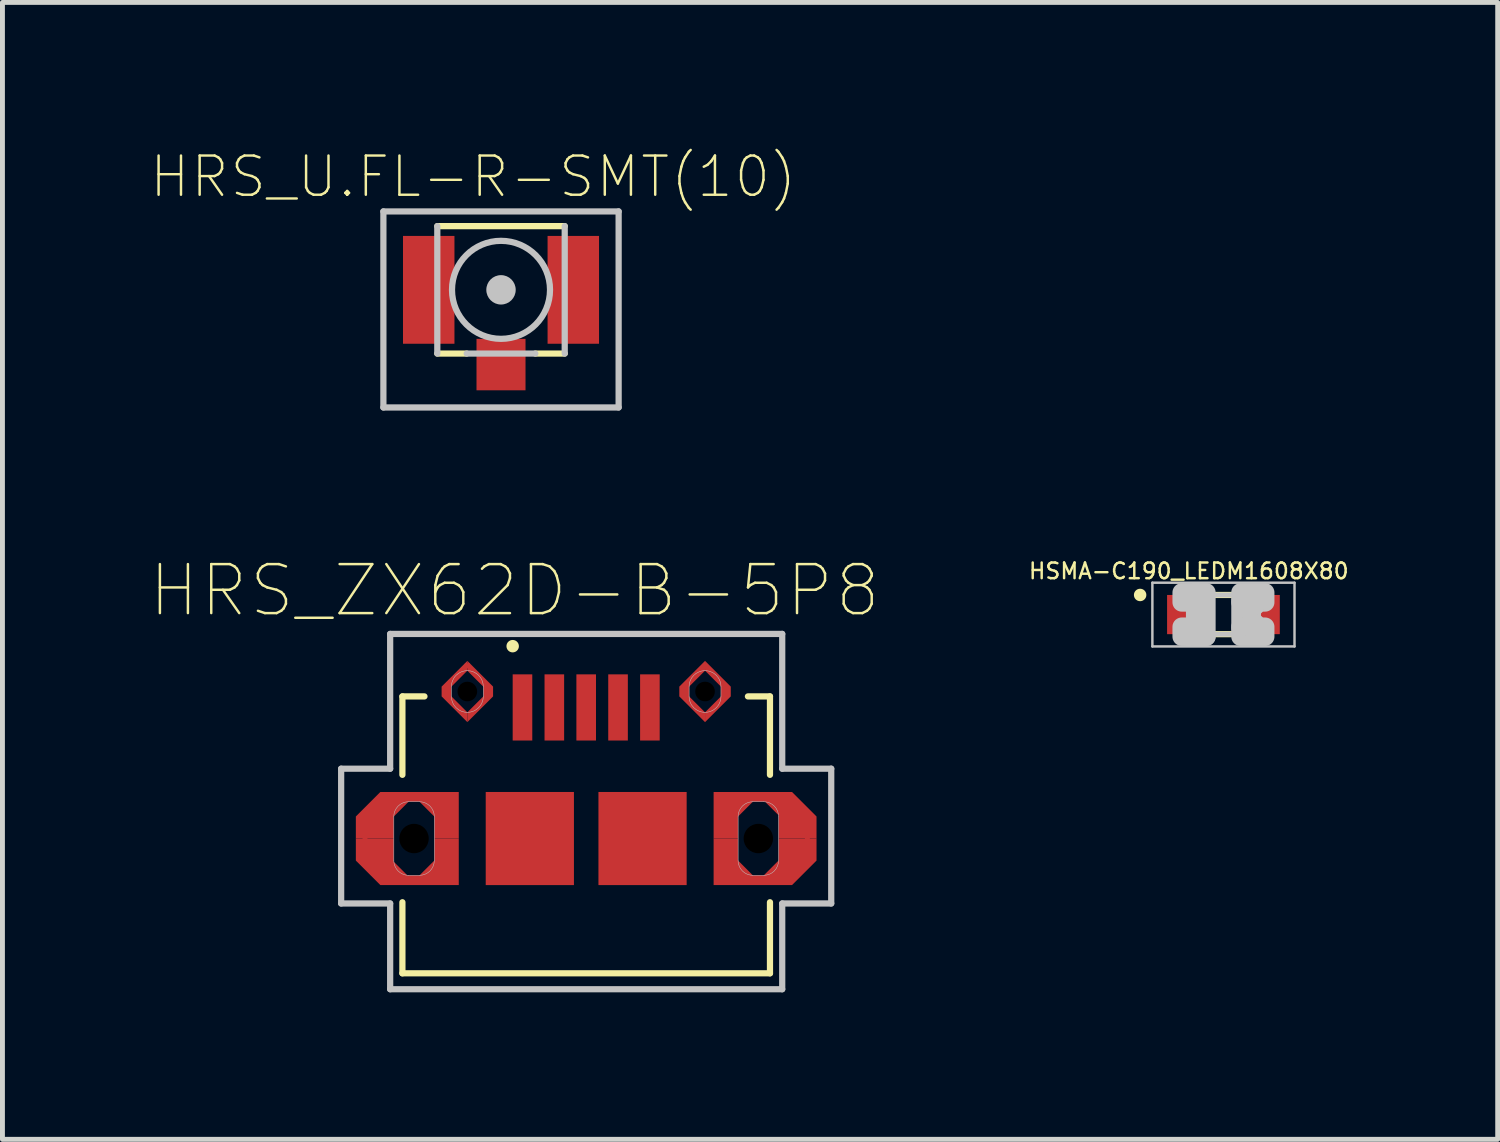
<source format=kicad_pcb>
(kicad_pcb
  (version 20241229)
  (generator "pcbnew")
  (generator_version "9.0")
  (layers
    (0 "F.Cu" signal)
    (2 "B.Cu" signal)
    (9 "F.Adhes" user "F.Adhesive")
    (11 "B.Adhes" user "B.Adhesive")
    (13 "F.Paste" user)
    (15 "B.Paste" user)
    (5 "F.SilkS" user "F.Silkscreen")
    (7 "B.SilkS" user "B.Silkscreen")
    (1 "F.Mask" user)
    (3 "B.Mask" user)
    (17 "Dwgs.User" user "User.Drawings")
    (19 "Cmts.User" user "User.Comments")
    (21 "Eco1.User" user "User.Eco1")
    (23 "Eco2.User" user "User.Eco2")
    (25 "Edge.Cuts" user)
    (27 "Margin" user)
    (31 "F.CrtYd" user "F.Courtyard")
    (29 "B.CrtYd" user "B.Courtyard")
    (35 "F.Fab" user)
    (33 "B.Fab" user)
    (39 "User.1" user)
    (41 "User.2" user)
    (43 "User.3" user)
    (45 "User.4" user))
  (footprint "HRS_ZX62D-B-5P8"
    (layer "F.Cu")
    (at 8.911 11.385)
    (property "Reference" "HRS_ZX62D-B-5P8" (at -1.46 -2.385 0) (layer "F.SilkS") (effects (font (size 1 1) (thickness 0.05))))
    (attr smd)
    (fp_poly (pts (xy -2.425 -0.75) (xy -2.425 -0.95) (xy -1.9 -0.425) (xy -1.9 -0.225) (xy -2.425 0.3) (xy -2.425 0.1) (xy -2.1 -0.225) (xy -2.1 -0.425)) (stroke (width 0) (type solid)) (fill yes) (layer "F.Cu"))
    (fp_poly (pts (xy -2.425 0.1) (xy -2.425 0.3) (xy -2.95 -0.225) (xy -2.95 -0.425) (xy -2.425 -0.95) (xy -2.425 -0.75) (xy -2.75 -0.425) (xy -2.75 -0.225)) (stroke (width 0) (type solid)) (fill yes) (layer "F.Cu"))
    (fp_poly (pts (xy 2.425 -0.75) (xy 2.425 -0.95) (xy 2.95 -0.425) (xy 2.95 -0.225) (xy 2.425 0.3) (xy 2.425 0.1) (xy 2.75 -0.225) (xy 2.75 -0.425)) (stroke (width 0) (type solid)) (fill yes) (layer "F.Cu"))
    (fp_poly (pts (xy 2.425 0.1) (xy 2.425 0.3) (xy 1.9 -0.225) (xy 1.9 -0.425) (xy 2.425 -0.95) (xy 2.425 -0.75) (xy 2.1 -0.425) (xy 2.1 -0.225)) (stroke (width 0) (type solid)) (fill yes) (layer "F.Cu"))
    (fp_poly (pts (xy -3.1 2.675) (xy -2.6 2.675) (xy -2.6 3.625) (xy -4.2 3.625) (xy -4.7 3.125) (xy -4.7 2.675) (xy -3.925 2.675) (xy -3.925 3.15) (xy -3.65 3.425) (xy -3.4 3.425) (xy -3.1 3.125)) (stroke (width 0) (type solid)) (fill yes) (layer "F.Cu"))
    (fp_poly (pts (xy -2.6 1.725) (xy -4.2 1.725) (xy -4.7 2.225) (xy -4.7 2.675) (xy -3.925 2.675) (xy -3.925 2.225) (xy -3.625 1.925) (xy -3.4 1.925) (xy -3.1 2.225) (xy -3.1 2.675) (xy -2.6 2.675)) (stroke (width 0) (type solid)) (fill yes) (layer "F.Cu"))
    (fp_poly (pts (xy 2.6 3.625) (xy 4.2 3.625) (xy 4.7 3.125) (xy 4.7 2.675) (xy 3.925 2.675) (xy 3.925 3.125) (xy 3.625 3.425) (xy 3.4 3.425) (xy 3.1 3.125) (xy 3.1 2.675) (xy 2.6 2.675)) (stroke (width 0) (type solid)) (fill yes) (layer "F.Cu"))
    (fp_poly (pts (xy 3.1 2.675) (xy 2.6 2.675) (xy 2.6 1.725) (xy 4.2 1.725) (xy 4.7 2.225) (xy 4.7 2.675) (xy 3.925 2.675) (xy 3.925 2.2) (xy 3.65 1.925) (xy 3.4 1.925) (xy 3.1 2.225)) (stroke (width 0) (type solid)) (fill yes) (layer "F.Cu"))
    (fp_poly (pts (xy -4.8 1.625) (xy -2.5 1.625) (xy -2.5 3.725) (xy -4.8 3.725)) (stroke (width 0.381) (type solid)) (fill yes) (layer "F.Mask"))
    (fp_poly (pts (xy -3.05 -1.05) (xy -1.8 -1.05) (xy -1.8 0.4) (xy -3.05 0.4)) (stroke (width 0.381) (type solid)) (fill yes) (layer "F.Mask"))
    (fp_poly (pts (xy 1.8 -1.05) (xy 3.05 -1.05) (xy 3.05 0.4) (xy 1.8 0.4)) (stroke (width 0.381) (type solid)) (fill yes) (layer "F.Mask"))
    (fp_poly (pts (xy 2.5 1.625) (xy 4.8 1.625) (xy 4.8 3.725) (xy 2.5 3.725)) (stroke (width 0.381) (type solid)) (fill yes) (layer "F.Mask"))
    (fp_line (start -3.75 -0.225) (end -3.3 -0.225) (stroke (width 0.127) (type solid)) (layer "F.SilkS"))
    (fp_line (start -3.75 1.375) (end -3.75 -0.225) (stroke (width 0.127) (type solid)) (layer "F.SilkS"))
    (fp_line (start -3.75 5.425) (end -3.75 3.975) (stroke (width 0.127) (type solid)) (layer "F.SilkS"))
    (fp_line (start 3.3 -0.225) (end 3.75 -0.225) (stroke (width 0.127) (type solid)) (layer "F.SilkS"))
    (fp_line (start 3.75 -0.225) (end 3.75 1.375) (stroke (width 0.127) (type solid)) (layer "F.SilkS"))
    (fp_line (start 3.75 3.975) (end 3.75 5.425) (stroke (width 0.127) (type solid)) (layer "F.SilkS"))
    (fp_line (start 3.75 5.425) (end -3.75 5.425) (stroke (width 0.127) (type solid)) (layer "F.SilkS"))
    (fp_circle (center -1.5 -1.25) (end -1.373 -1.25) (stroke (width 0) (type solid)) (fill yes) (layer "F.SilkS"))
    (fp_poly (pts (xy -2.425 -0.75) (xy -2.425 -0.95) (xy -1.9 -0.425) (xy -1.9 -0.225) (xy -2.425 0.3) (xy -2.425 0.1) (xy -2.1 -0.225) (xy -2.1 -0.425)) (stroke (width 0) (type solid)) (fill yes) (layer "F.Paste"))
    (fp_poly (pts (xy -2.425 0.1) (xy -2.425 0.3) (xy -2.95 -0.225) (xy -2.95 -0.425) (xy -2.425 -0.95) (xy -2.425 -0.75) (xy -2.75 -0.425) (xy -2.75 -0.225)) (stroke (width 0) (type solid)) (fill yes) (layer "F.Paste"))
    (fp_poly (pts (xy 2.425 -0.75) (xy 2.425 -0.95) (xy 2.95 -0.425) (xy 2.95 -0.225) (xy 2.425 0.3) (xy 2.425 0.1) (xy 2.75 -0.225) (xy 2.75 -0.425)) (stroke (width 0) (type solid)) (fill yes) (layer "F.Paste"))
    (fp_poly (pts (xy 2.425 0.1) (xy 2.425 0.3) (xy 1.9 -0.225) (xy 1.9 -0.425) (xy 2.425 -0.95) (xy 2.425 -0.75) (xy 2.1 -0.425) (xy 2.1 -0.225)) (stroke (width 0) (type solid)) (fill yes) (layer "F.Paste"))
    (fp_poly (pts (xy -3.1 2.675) (xy -2.6 2.675) (xy -2.6 3.625) (xy -4.2 3.625) (xy -4.7 3.125) (xy -4.7 2.675) (xy -3.925 2.675) (xy -3.925 3.15) (xy -3.65 3.425) (xy -3.4 3.425) (xy -3.1 3.125)) (stroke (width 0) (type solid)) (fill yes) (layer "F.Paste"))
    (fp_poly (pts (xy -2.6 1.725) (xy -4.2 1.725) (xy -4.7 2.225) (xy -4.7 2.675) (xy -3.925 2.675) (xy -3.925 2.225) (xy -3.625 1.925) (xy -3.4 1.925) (xy -3.1 2.225) (xy -3.1 2.675) (xy -2.6 2.675)) (stroke (width 0) (type solid)) (fill yes) (layer "F.Paste"))
    (fp_poly (pts (xy 2.6 3.625) (xy 4.2 3.625) (xy 4.7 3.125) (xy 4.7 2.675) (xy 3.925 2.675) (xy 3.925 3.125) (xy 3.625 3.425) (xy 3.4 3.425) (xy 3.1 3.125) (xy 3.1 2.675) (xy 2.6 2.675)) (stroke (width 0) (type solid)) (fill yes) (layer "F.Paste"))
    (fp_poly (pts (xy 3.1 2.675) (xy 2.6 2.675) (xy 2.6 1.725) (xy 4.2 1.725) (xy 4.7 2.225) (xy 4.7 2.675) (xy 3.925 2.675) (xy 3.925 2.2) (xy 3.65 1.925) (xy 3.4 1.925) (xy 3.1 2.225)) (stroke (width 0) (type solid)) (fill yes) (layer "F.Paste"))
    (fp_line (start -5 1.25) (end -5 4) (stroke (width 0.127) (type solid)) (layer "Dwgs.User"))
    (fp_line (start -5 4) (end -4 4) (stroke (width 0.127) (type solid)) (layer "Dwgs.User"))
    (fp_line (start -4 -1.5) (end -4 1.25) (stroke (width 0.127) (type solid)) (layer "Dwgs.User"))
    (fp_line (start -4 1.25) (end -5 1.25) (stroke (width 0.127) (type solid)) (layer "Dwgs.User"))
    (fp_line (start -4 4) (end -4 5.75) (stroke (width 0.127) (type solid)) (layer "Dwgs.User"))
    (fp_line (start -4 5.75) (end 4 5.75) (stroke (width 0.127) (type solid)) (layer "Dwgs.User"))
    (fp_line (start -3.925 3.125) (end -3.925 2.225) (stroke (width 0.01) (type solid)) (layer "Dwgs.User"))
    (fp_line (start -3.625 1.925) (end -3.4 1.925) (stroke (width 0.01) (type solid)) (layer "Dwgs.User"))
    (fp_line (start -3.4 3.425) (end -3.625 3.425) (stroke (width 0.01) (type solid)) (layer "Dwgs.User"))
    (fp_line (start -3.1 2.225) (end -3.1 3.125) (stroke (width 0.01) (type solid)) (layer "Dwgs.User"))
    (fp_line (start -2.75 -0.225) (end -2.75 -0.425) (stroke (width 0.01) (type solid)) (layer "Dwgs.User"))
    (fp_line (start -2.1 -0.425) (end -2.1 -0.225) (stroke (width 0.01) (type solid)) (layer "Dwgs.User"))
    (fp_line (start 2.1 -0.225) (end 2.1 -0.425) (stroke (width 0.01) (type solid)) (layer "Dwgs.User"))
    (fp_line (start 2.75 -0.425) (end 2.75 -0.225) (stroke (width 0.01) (type solid)) (layer "Dwgs.User"))
    (fp_line (start 3.1 3.125) (end 3.1 2.225) (stroke (width 0.01) (type solid)) (layer "Dwgs.User"))
    (fp_line (start 3.4 1.925) (end 3.625 1.925) (stroke (width 0.01) (type solid)) (layer "Dwgs.User"))
    (fp_line (start 3.625 3.425) (end 3.4 3.425) (stroke (width 0.01) (type solid)) (layer "Dwgs.User"))
    (fp_line (start 3.925 2.225) (end 3.925 3.125) (stroke (width 0.01) (type solid)) (layer "Dwgs.User"))
    (fp_line (start 4 -1.5) (end -4 -1.5) (stroke (width 0.127) (type solid)) (layer "Dwgs.User"))
    (fp_line (start 4 1.25) (end 4 -1.5) (stroke (width 0.127) (type solid)) (layer "Dwgs.User"))
    (fp_line (start 4 4) (end 5 4) (stroke (width 0.127) (type solid)) (layer "Dwgs.User"))
    (fp_line (start 4 5.75) (end 4 4) (stroke (width 0.127) (type solid)) (layer "Dwgs.User"))
    (fp_line (start 5 1.25) (end 4 1.25) (stroke (width 0.127) (type solid)) (layer "Dwgs.User"))
    (fp_line (start 5 4) (end 5 1.25) (stroke (width 0.127) (type solid)) (layer "Dwgs.User"))
    (fp_arc (start -3.925 2.225) (mid -3.837132 2.012868) (end -3.625 1.925) (stroke (width 0.01) (type solid)) (layer "Dwgs.User"))
    (fp_arc (start -3.625 3.425) (mid -3.837132 3.337132) (end -3.925 3.125) (stroke (width 0.01) (type solid)) (layer "Dwgs.User"))
    (fp_arc (start -3.4 1.925) (mid -3.187868 2.012868) (end -3.1 2.225) (stroke (width 0.01) (type solid)) (layer "Dwgs.User"))
    (fp_arc (start -3.1 3.125) (mid -3.187868 3.337132) (end -3.4 3.425) (stroke (width 0.01) (type solid)) (layer "Dwgs.User"))
    (fp_arc (start -2.75 -0.425) (mid -2.65481 -0.65481) (end -2.425 -0.75) (stroke (width 0.01) (type solid)) (layer "Dwgs.User"))
    (fp_arc (start -2.425 -0.75) (mid -2.19519 -0.65481) (end -2.1 -0.425) (stroke (width 0.01) (type solid)) (layer "Dwgs.User"))
    (fp_arc (start -2.425 0.1) (mid -2.65481 0.00481) (end -2.75 -0.225) (stroke (width 0.01) (type solid)) (layer "Dwgs.User"))
    (fp_arc (start -2.1 -0.225) (mid -2.19519 0.00481) (end -2.425 0.1) (stroke (width 0.01) (type solid)) (layer "Dwgs.User"))
    (fp_arc (start 2.1 -0.425) (mid 2.19519 -0.65481) (end 2.425 -0.75) (stroke (width 0.01) (type solid)) (layer "Dwgs.User"))
    (fp_arc (start 2.425 -0.75) (mid 2.65481 -0.65481) (end 2.75 -0.425) (stroke (width 0.01) (type solid)) (layer "Dwgs.User"))
    (fp_arc (start 2.425 0.1) (mid 2.19519 0.00481) (end 2.1 -0.225) (stroke (width 0.01) (type solid)) (layer "Dwgs.User"))
    (fp_arc (start 2.75 -0.225) (mid 2.65481 0.00481) (end 2.425 0.1) (stroke (width 0.01) (type solid)) (layer "Dwgs.User"))
    (fp_arc (start 3.1 2.225) (mid 3.187868 2.012868) (end 3.4 1.925) (stroke (width 0.01) (type solid)) (layer "Dwgs.User"))
    (fp_arc (start 3.4 3.425) (mid 3.187868 3.337132) (end 3.1 3.125) (stroke (width 0.01) (type solid)) (layer "Dwgs.User"))
    (fp_arc (start 3.625 1.925) (mid 3.837132 2.012868) (end 3.925 2.225) (stroke (width 0.01) (type solid)) (layer "Dwgs.User"))
    (fp_arc (start 3.925 3.125) (mid 3.837132 3.337132) (end 3.625 3.425) (stroke (width 0.01) (type solid)) (layer "Dwgs.User"))
    (pad "" np_thru_hole circle (at -3.513 2.675) (size 0.6 0.6) (drill 0.6) (layers))
    (pad "" np_thru_hole circle (at -2.425 -0.325) (size 0.4 0.4) (drill 0.4) (layers))
    (pad "" np_thru_hole circle (at 2.425 -0.325) (size 0.4 0.4) (drill 0.4) (layers))
    (pad "" np_thru_hole circle (at 3.513 2.675) (size 0.6 0.6) (drill 0.6) (layers))
    (pad "1" smd rect (at -1.3 0) (size 0.4 1.35) (layers "F.Cu" "F.Mask" "F.Paste"))
    (pad "2" smd rect (at -0.65 0) (size 0.4 1.35) (layers "F.Cu" "F.Mask" "F.Paste"))
    (pad "3" smd rect (at 0 0) (size 0.4 1.35) (layers "F.Cu" "F.Mask" "F.Paste"))
    (pad "4" smd rect (at 0.65 0) (size 0.4 1.35) (layers "F.Cu" "F.Mask" "F.Paste"))
    (pad "5" smd rect (at 1.3 0) (size 0.4 1.35) (layers "F.Cu" "F.Mask" "F.Paste"))
    (pad "P1" smd rect (at -2.425 -0.85) (size 0.1 0.1) (layers "F.Cu" "F.Mask" "F.Paste"))
    (pad "P2" smd rect (at 2.425 -0.838) (size 0.1 0.1) (layers "F.Cu" "F.Mask" "F.Paste"))
    (pad "P3" smd rect (at -4.513 2.712) (size 0.1 0.1) (layers "F.Cu" "F.Mask" "F.Paste"))
    (pad "P4" smd rect (at -1.15 2.675) (size 1.8 1.9) (layers "F.Cu" "F.Mask" "F.Paste"))
    (pad "P5" smd rect (at 1.15 2.675) (size 1.8 1.9) (layers "F.Cu" "F.Mask" "F.Paste"))
    (pad "P6" smd rect (at 4.513 2.688) (size 0.1 0.1) (layers "F.Cu" "F.Mask" "F.Paste")))
  (footprint "HSMA-C190_LEDM1608X80"
    (layer "F.Cu")
    (at 21.914 9.49)
    (property "Reference" "HSMA-C190_LEDM1608X80" (at -0.707 -0.888 0) (layer "F.SilkS") (effects (font (size 0.32 0.32) (thickness 0.05))))
    (attr smd)
    (fp_line (start -0.2 -0.4) (end 0.2 -0.4) (stroke (width 0.127) (type solid)) (layer "F.SilkS"))
    (fp_line (start -0.2 0.4) (end 0.2 0.4) (stroke (width 0.127) (type solid)) (layer "F.SilkS"))
    (fp_circle (center -1.7 -0.4) (end -1.573 -0.4) (stroke (width 0) (type solid)) (fill yes) (layer "F.SilkS"))
    (fp_line (start -1.45 -0.65) (end 1.45 -0.65) (stroke (width 0.05) (type solid)) (layer "Dwgs.User"))
    (fp_line (start -1.45 0.65) (end -1.45 -0.65) (stroke (width 0.05) (type solid)) (layer "Dwgs.User"))
    (fp_line (start -0.375 0.4) (end 0.35 0.4) (stroke (width 0.102) (type solid)) (layer "Dwgs.User"))
    (fp_line (start -0.35 -0.4) (end 0.35 -0.4) (stroke (width 0.102) (type solid)) (layer "Dwgs.User"))
    (fp_line (start 1.45 -0.65) (end 1.45 0.65) (stroke (width 0.05) (type solid)) (layer "Dwgs.User"))
    (fp_line (start 1.45 0.65) (end -1.45 0.65) (stroke (width 0.05) (type solid)) (layer "Dwgs.User"))
    (fp_arc (start -0.8 -0.3) (mid -0.524966 -0.000147) (end -0.799707 0.299974) (stroke (width 0.1016) (type solid)) (layer "Dwgs.User"))
    (fp_arc (start 0.825 0.275) (mid 0.55 0) (end 0.825 -0.275) (stroke (width 0.0508) (type solid)) (layer "Dwgs.User"))
    (fp_circle (center -0.625 0.35) (end -0.55 0.35) (stroke (width 0.051) (type solid)) (fill no) (layer "Dwgs.User"))
    (fp_poly (pts (xy -0.85 -0.25) (xy -0.85 -0.45) (xy -0.55 -0.45) (xy -0.55 -0.25)) (stroke (width 0.381) (type solid)) (fill no) (layer "Dwgs.User"))
    (fp_poly (pts (xy -0.85 0.45) (xy -0.85 0.25) (xy -0.7 0.25) (xy -0.7 0.45)) (stroke (width 0.381) (type solid)) (fill no) (layer "Dwgs.User"))
    (fp_poly (pts (xy -0.725 0.45) (xy -0.725 0.4) (xy -0.35 0.4) (xy -0.35 0.45)) (stroke (width 0.381) (type solid)) (fill no) (layer "Dwgs.User"))
    (fp_poly (pts (xy -0.6 0.275) (xy -0.6 0.225) (xy -0.55 0.225) (xy -0.55 0.275)) (stroke (width 0.381) (type solid)) (fill no) (layer "Dwgs.User"))
    (fp_poly (pts (xy -0.575 0.45) (xy -0.575 -0.45) (xy -0.35 -0.45) (xy -0.35 0.45)) (stroke (width 0.381) (type solid)) (fill no) (layer "Dwgs.User"))
    (fp_poly (pts (xy 0.35 -0.25) (xy 0.35 -0.45) (xy 0.85 -0.45) (xy 0.85 -0.25)) (stroke (width 0.381) (type solid)) (fill no) (layer "Dwgs.User"))
    (fp_poly (pts (xy 0.35 0.275) (xy 0.35 -0.275) (xy 0.575 -0.275) (xy 0.575 0.275)) (stroke (width 0.381) (type solid)) (fill no) (layer "Dwgs.User"))
    (fp_poly (pts (xy 0.35 0.45) (xy 0.35 0.25) (xy 0.85 0.25) (xy 0.85 0.45)) (stroke (width 0.381) (type solid)) (fill no) (layer "Dwgs.User"))
    (fp_poly (pts (xy 0.55 -0.175) (xy 0.55 -0.275) (xy 0.65 -0.275) (xy 0.65 -0.175)) (stroke (width 0.381) (type solid)) (fill no) (layer "Dwgs.User"))
    (fp_poly (pts (xy 0.55 0.275) (xy 0.55 0.175) (xy 0.65 0.175) (xy 0.65 0.275)) (stroke (width 0.381) (type solid)) (fill no) (layer "Dwgs.User"))
    (pad "A" smd rect (at 0.75 0 90) (size 0.8 0.8) (layers "F.Cu" "F.Mask" "F.Paste"))
    (pad "C" smd rect (at -0.75 0 90) (size 0.8 0.8) (layers "F.Cu" "F.Mask" "F.Paste")))
  (footprint "HRS_U.FL-R-SMT(10)"
    (layer "F.Cu")
    (at 7.173 2.864)
    (property "Reference" "HRS_U.FL-R-SMT(10)" (at -0.568 -2.308 0) (layer "F.SilkS") (effects (font (size 0.8 0.8) (thickness 0.05))))
    (attr smd)
    (fp_line (start -1.3 -1.3) (end 1.3 -1.3) (stroke (width 0.127) (type solid)) (layer "F.SilkS"))
    (fp_line (start -1.3 1.3) (end -0.7 1.3) (stroke (width 0.127) (type solid)) (layer "F.SilkS"))
    (fp_line (start 1.3 1.3) (end 0.7 1.3) (stroke (width 0.127) (type solid)) (layer "F.SilkS"))
    (fp_line (start -2.4 -1.6) (end 2.4 -1.6) (stroke (width 0.127) (type solid)) (layer "Dwgs.User"))
    (fp_line (start -2.4 2.4) (end -2.4 -1.6) (stroke (width 0.127) (type solid)) (layer "Dwgs.User"))
    (fp_line (start -1.3 -1.3) (end -1.3 1.3) (stroke (width 0.127) (type solid)) (layer "Dwgs.User"))
    (fp_line (start -0.7 1.3) (end 0.7 1.3) (stroke (width 0.127) (type solid)) (layer "Dwgs.User"))
    (fp_line (start 1.3 -1.3) (end 1.3 1.3) (stroke (width 0.127) (type solid)) (layer "Dwgs.User"))
    (fp_line (start 2.4 -1.6) (end 2.4 2.4) (stroke (width 0.127) (type solid)) (layer "Dwgs.User"))
    (fp_line (start 2.4 2.4) (end -2.4 2.4) (stroke (width 0.127) (type solid)) (layer "Dwgs.User"))
    (fp_circle (center 0 0) (end 0.3 0) (stroke (width 0) (type solid)) (fill yes) (layer "Dwgs.User"))
    (fp_circle (center 0 0) (end 1 0) (stroke (width 0.127) (type solid)) (fill no) (layer "Dwgs.User"))
    (pad "GND1" smd rect (at -1.475 0) (size 1.05 2.2) (layers "F.Cu" "F.Mask" "F.Paste"))
    (pad "GND2" smd rect (at 1.475 0) (size 1.05 2.2) (layers "F.Cu" "F.Mask" "F.Paste"))
    (pad "SIG" smd rect (at 0 1.525) (size 1 1.05) (layers "F.Cu" "F.Mask" "F.Paste")))
  (gr_rect
    (start -3 -3)
    (end 27.51 20.198)
    (stroke (width 0.1) (type default))
    (fill no)
    (layer "Edge.Cuts")))
</source>
